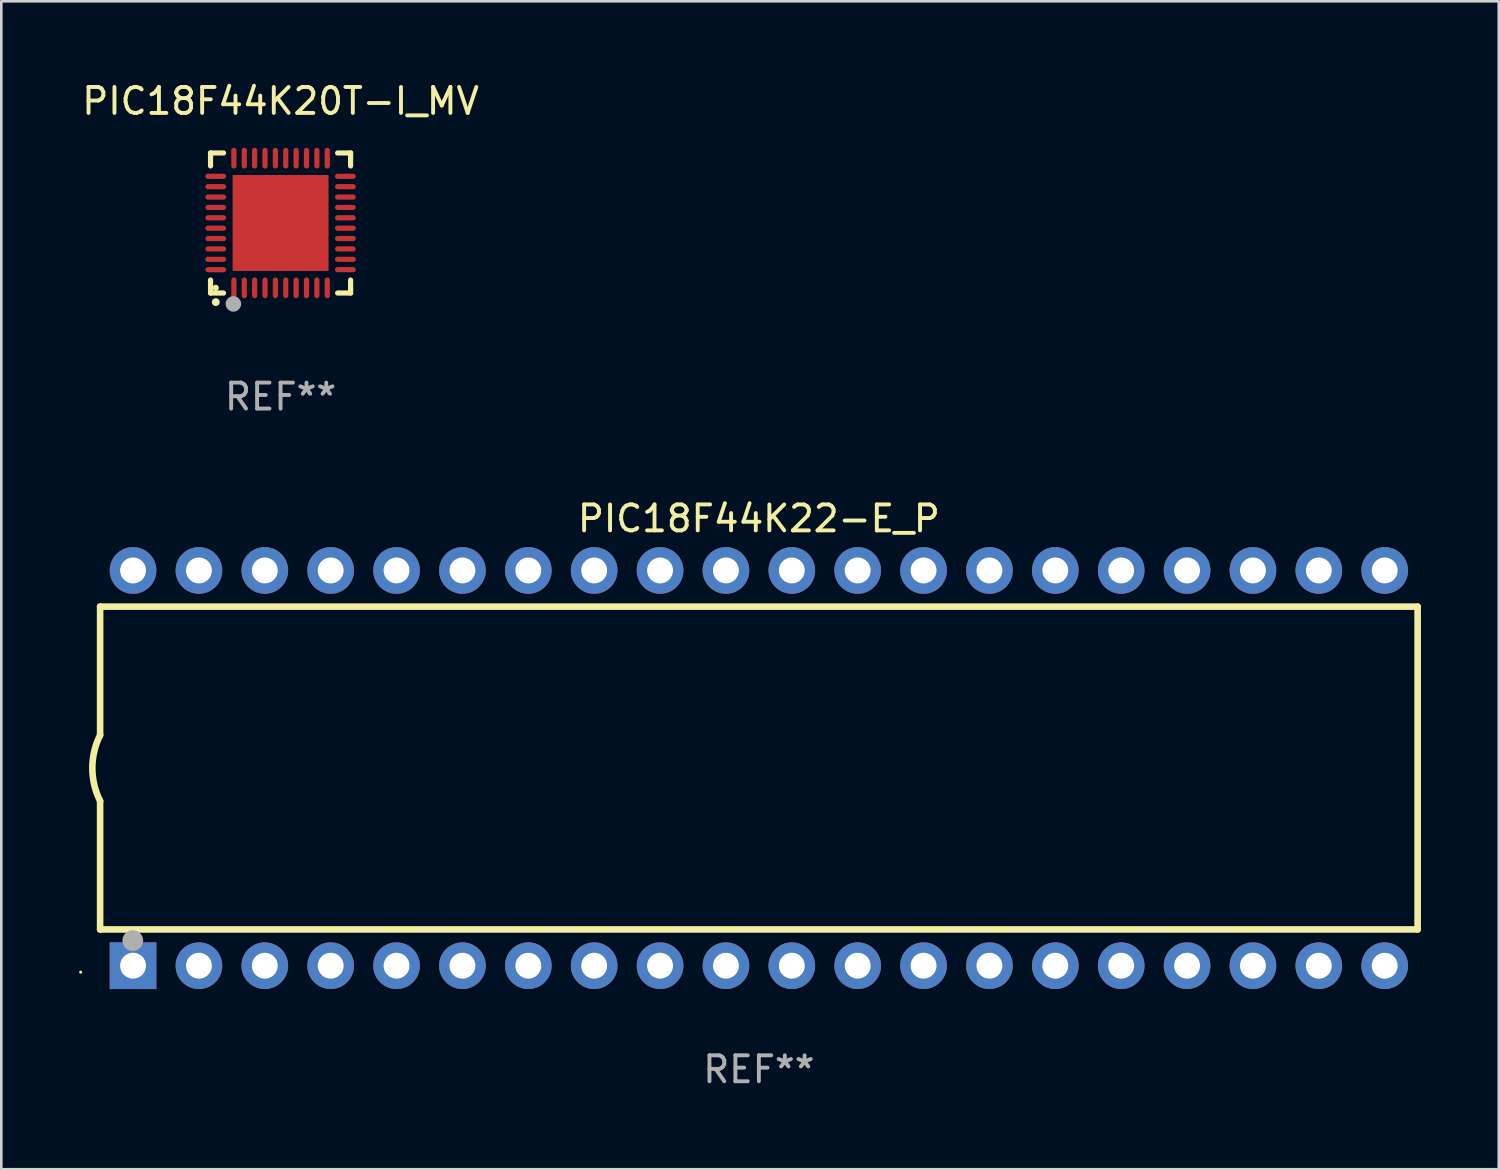
<source format=kicad_pcb>
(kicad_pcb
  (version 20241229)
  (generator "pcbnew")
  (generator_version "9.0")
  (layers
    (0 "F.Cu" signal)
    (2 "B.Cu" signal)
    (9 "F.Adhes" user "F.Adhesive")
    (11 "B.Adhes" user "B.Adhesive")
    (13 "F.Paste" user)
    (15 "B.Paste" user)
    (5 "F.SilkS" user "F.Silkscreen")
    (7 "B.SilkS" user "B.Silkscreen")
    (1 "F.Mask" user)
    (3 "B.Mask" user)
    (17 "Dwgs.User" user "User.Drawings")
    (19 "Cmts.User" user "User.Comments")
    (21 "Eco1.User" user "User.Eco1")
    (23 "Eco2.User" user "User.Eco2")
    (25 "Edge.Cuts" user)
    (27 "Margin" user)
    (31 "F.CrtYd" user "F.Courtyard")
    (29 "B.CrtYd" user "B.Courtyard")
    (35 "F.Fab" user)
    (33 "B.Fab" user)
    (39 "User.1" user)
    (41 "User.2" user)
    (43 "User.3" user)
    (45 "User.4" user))
  (footprint "PIC18F44K22-E_P"
    (layer "F.Cu")
    (at 26.21 26.565)
    (property "Reference" "PIC18F44K22-E_P" (at 0 -9.62 0) (layer "F.SilkS") (effects (font (size 1 1) (thickness 0.15))))
    (attr through_hole)
    (fp_line (start -25.4 -6.224) (end -25.4 -1.271) (stroke (width 0.254) (type solid)) (layer "F.SilkS"))
    (fp_line (start -25.4 -6.224) (end 25.4 -6.224) (stroke (width 0.254) (type solid)) (layer "F.SilkS"))
    (fp_line (start -25.4 1.269) (end -25.4 6.222) (stroke (width 0.254) (type solid)) (layer "F.SilkS"))
    (fp_line (start -25.4 6.222) (end 25.4 6.222) (stroke (width 0.254) (type solid)) (layer "F.SilkS"))
    (fp_line (start 25.4 6.222) (end 25.4 -6.224) (stroke (width 0.254) (type solid)) (layer "F.SilkS"))
    (fp_arc (start -25.4 1.269241) (mid -25.699807 -0.000762) (end -25.4 -1.270765) (stroke (width 0.254001) (type solid)) (layer "F.SilkS"))
    (fp_circle (center -26.15 7.87) (end -26.12 7.87) (stroke (width 0.06) (type solid)) (fill no) (layer "F.SilkS"))
    (fp_circle (center -24.14 6.65) (end -23.94 6.65) (stroke (width 0.4) (type solid)) (fill no) (layer "F.Fab"))
    (fp_text user "REF**" (at 0 11.62 0) (layer "F.Fab") (effects (font (size 1 1) (thickness 0.15))))
    (pad "1" thru_hole rect (at -24.13 7.62 90) (size 1.8 1.8) (drill 1) (layers "*.Cu" "*.Mask"))
    (pad "2" thru_hole circle (at -21.59 7.62) (size 1.8 1.8) (drill 1) (layers "*.Cu" "*.Mask"))
    (pad "3" thru_hole circle (at -19.05 7.62) (size 1.8 1.8) (drill 1) (layers "*.Cu" "*.Mask"))
    (pad "4" thru_hole circle (at -16.51 7.62) (size 1.8 1.8) (drill 1) (layers "*.Cu" "*.Mask"))
    (pad "5" thru_hole circle (at -13.97 7.62) (size 1.8 1.8) (drill 1) (layers "*.Cu" "*.Mask"))
    (pad "6" thru_hole circle (at -11.43 7.62) (size 1.8 1.8) (drill 1) (layers "*.Cu" "*.Mask"))
    (pad "7" thru_hole circle (at -8.89 7.62) (size 1.8 1.8) (drill 1) (layers "*.Cu" "*.Mask"))
    (pad "8" thru_hole circle (at -6.35 7.62) (size 1.8 1.8) (drill 1) (layers "*.Cu" "*.Mask"))
    (pad "9" thru_hole circle (at -3.81 7.62) (size 1.8 1.8) (drill 1) (layers "*.Cu" "*.Mask"))
    (pad "10" thru_hole circle (at -1.27 7.62) (size 1.8 1.8) (drill 1) (layers "*.Cu" "*.Mask"))
    (pad "11" thru_hole circle (at 1.27 7.62) (size 1.8 1.8) (drill 1) (layers "*.Cu" "*.Mask"))
    (pad "12" thru_hole circle (at 3.81 7.62) (size 1.8 1.8) (drill 1) (layers "*.Cu" "*.Mask"))
    (pad "13" thru_hole circle (at 6.35 7.62) (size 1.8 1.8) (drill 1) (layers "*.Cu" "*.Mask"))
    (pad "14" thru_hole circle (at 8.89 7.62) (size 1.8 1.8) (drill 1) (layers "*.Cu" "*.Mask"))
    (pad "15" thru_hole circle (at 11.43 7.62) (size 1.8 1.8) (drill 1) (layers "*.Cu" "*.Mask"))
    (pad "16" thru_hole circle (at 13.97 7.62) (size 1.8 1.8) (drill 1) (layers "*.Cu" "*.Mask"))
    (pad "17" thru_hole circle (at 16.51 7.62) (size 1.8 1.8) (drill 1) (layers "*.Cu" "*.Mask"))
    (pad "18" thru_hole circle (at 19.05 7.62) (size 1.8 1.8) (drill 1) (layers "*.Cu" "*.Mask"))
    (pad "19" thru_hole circle (at 21.59 7.62) (size 1.8 1.8) (drill 1) (layers "*.Cu" "*.Mask"))
    (pad "20" thru_hole circle (at 24.13 7.62) (size 1.8 1.8) (drill 1) (layers "*.Cu" "*.Mask"))
    (pad "21" thru_hole circle (at 24.13 -7.62) (size 1.8 1.8) (drill 1) (layers "*.Cu" "*.Mask"))
    (pad "22" thru_hole circle (at 21.59 -7.62) (size 1.8 1.8) (drill 1) (layers "*.Cu" "*.Mask"))
    (pad "23" thru_hole circle (at 19.05 -7.62) (size 1.8 1.8) (drill 1) (layers "*.Cu" "*.Mask"))
    (pad "24" thru_hole circle (at 16.51 -7.62) (size 1.8 1.8) (drill 1) (layers "*.Cu" "*.Mask"))
    (pad "25" thru_hole circle (at 13.97 -7.62) (size 1.8 1.8) (drill 1) (layers "*.Cu" "*.Mask"))
    (pad "26" thru_hole circle (at 11.43 -7.62) (size 1.8 1.8) (drill 1) (layers "*.Cu" "*.Mask"))
    (pad "27" thru_hole circle (at 8.89 -7.62) (size 1.8 1.8) (drill 1) (layers "*.Cu" "*.Mask"))
    (pad "28" thru_hole circle (at 6.35 -7.62) (size 1.8 1.8) (drill 1) (layers "*.Cu" "*.Mask"))
    (pad "29" thru_hole circle (at 3.81 -7.62) (size 1.8 1.8) (drill 1) (layers "*.Cu" "*.Mask"))
    (pad "30" thru_hole circle (at 1.27 -7.62) (size 1.8 1.8) (drill 1) (layers "*.Cu" "*.Mask"))
    (pad "31" thru_hole circle (at -1.27 -7.62) (size 1.8 1.8) (drill 1) (layers "*.Cu" "*.Mask"))
    (pad "32" thru_hole circle (at -3.81 -7.62) (size 1.8 1.8) (drill 1) (layers "*.Cu" "*.Mask"))
    (pad "33" thru_hole circle (at -6.35 -7.62) (size 1.8 1.8) (drill 1) (layers "*.Cu" "*.Mask"))
    (pad "34" thru_hole circle (at -8.89 -7.62) (size 1.8 1.8) (drill 1) (layers "*.Cu" "*.Mask"))
    (pad "35" thru_hole circle (at -11.43 -7.62) (size 1.8 1.8) (drill 1) (layers "*.Cu" "*.Mask"))
    (pad "36" thru_hole circle (at -13.97 -7.62) (size 1.8 1.8) (drill 1) (layers "*.Cu" "*.Mask"))
    (pad "37" thru_hole circle (at -16.51 -7.62) (size 1.8 1.8) (drill 1) (layers "*.Cu" "*.Mask"))
    (pad "38" thru_hole circle (at -19.05 -7.62) (size 1.8 1.8) (drill 1) (layers "*.Cu" "*.Mask"))
    (pad "39" thru_hole circle (at -21.59 -7.62) (size 1.8 1.8) (drill 1) (layers "*.Cu" "*.Mask"))
    (pad "40" thru_hole circle (at -24.13 -7.62) (size 1.8 1.8) (drill 1) (layers "*.Cu" "*.Mask")))
  (footprint "PIC18F44K20T-I_MV"
    (layer "F.Cu")
    (at 7.768 5.548)
    (property "Reference" "PIC18F44K20T-I_MV" (at 0 -4.7 0) (layer "F.SilkS") (effects (font (size 1 1) (thickness 0.15))))
    (attr through_hole)
    (fp_line (start -2.7 -2.7) (end -2.7 -2.2) (stroke (width 0.2) (type solid)) (layer "F.SilkS"))
    (fp_line (start -2.7 2.7) (end -2.7 2.2) (stroke (width 0.2) (type solid)) (layer "F.SilkS"))
    (fp_line (start -2.2 -2.7) (end -2.7 -2.7) (stroke (width 0.2) (type solid)) (layer "F.SilkS"))
    (fp_line (start -2.2 2.7) (end -2.7 2.7) (stroke (width 0.2) (type solid)) (layer "F.SilkS"))
    (fp_line (start 2.7 -2.7) (end 2.2 -2.7) (stroke (width 0.2) (type solid)) (layer "F.SilkS"))
    (fp_line (start 2.7 -2.2) (end 2.7 -2.7) (stroke (width 0.2) (type solid)) (layer "F.SilkS"))
    (fp_line (start 2.7 2.2) (end 2.7 2.7) (stroke (width 0.2) (type solid)) (layer "F.SilkS"))
    (fp_line (start 2.7 2.7) (end 2.2 2.7) (stroke (width 0.2) (type solid)) (layer "F.SilkS"))
    (fp_arc (start -2.499365 3.050546) (mid -2.498095 3.050541) (end -2.496825 3.050546) (stroke (width 0.3) (type solid)) (layer "F.SilkS"))
    (fp_circle (center -2.5 2.5) (end -2.44 2.5) (stroke (width 0.12) (type solid)) (fill no) (layer "F.SilkS"))
    (fp_circle (center -1.82 3.12) (end -1.67 3.12) (stroke (width 0.3) (type solid)) (fill no) (layer "F.Fab"))
    (fp_text user "REF**" (at 0 6.7 0) (layer "F.Fab") (effects (font (size 1 1) (thickness 0.15))))
    (pad "1" smd oval (at -1.8 2.499) (size 0.2 0.8) (layers "F.Cu" "F.Mask" "F.Paste"))
    (pad "2" smd oval (at -1.4 2.499) (size 0.2 0.8) (layers "F.Cu" "F.Mask" "F.Paste"))
    (pad "3" smd oval (at -1 2.499) (size 0.2 0.8) (layers "F.Cu" "F.Mask" "F.Paste"))
    (pad "4" smd oval (at -0.6 2.499) (size 0.2 0.8) (layers "F.Cu" "F.Mask" "F.Paste"))
    (pad "5" smd oval (at -0.2 2.499) (size 0.2 0.8) (layers "F.Cu" "F.Mask" "F.Paste"))
    (pad "6" smd oval (at 0.2 2.499) (size 0.2 0.8) (layers "F.Cu" "F.Mask" "F.Paste"))
    (pad "7" smd oval (at 0.6 2.499) (size 0.2 0.8) (layers "F.Cu" "F.Mask" "F.Paste"))
    (pad "8" smd oval (at 1 2.499) (size 0.2 0.8) (layers "F.Cu" "F.Mask" "F.Paste"))
    (pad "9" smd oval (at 1.4 2.499) (size 0.2 0.8) (layers "F.Cu" "F.Mask" "F.Paste"))
    (pad "10" smd oval (at 1.8 2.499) (size 0.2 0.8) (layers "F.Cu" "F.Mask" "F.Paste"))
    (pad "11" smd oval (at 2.499 1.8) (size 0.8 0.2) (layers "F.Cu" "F.Mask" "F.Paste"))
    (pad "12" smd oval (at 2.499 1.4) (size 0.8 0.2) (layers "F.Cu" "F.Mask" "F.Paste"))
    (pad "13" smd oval (at 2.499 1) (size 0.8 0.2) (layers "F.Cu" "F.Mask" "F.Paste"))
    (pad "14" smd oval (at 2.499 0.6) (size 0.8 0.2) (layers "F.Cu" "F.Mask" "F.Paste"))
    (pad "15" smd oval (at 2.499 0.2) (size 0.8 0.2) (layers "F.Cu" "F.Mask" "F.Paste"))
    (pad "16" smd oval (at 2.499 -0.2) (size 0.8 0.2) (layers "F.Cu" "F.Mask" "F.Paste"))
    (pad "17" smd oval (at 2.499 -0.6) (size 0.8 0.2) (layers "F.Cu" "F.Mask" "F.Paste"))
    (pad "18" smd oval (at 2.499 -1) (size 0.8 0.2) (layers "F.Cu" "F.Mask" "F.Paste"))
    (pad "19" smd oval (at 2.499 -1.4) (size 0.8 0.2) (layers "F.Cu" "F.Mask" "F.Paste"))
    (pad "20" smd oval (at 2.499 -1.8) (size 0.8 0.2) (layers "F.Cu" "F.Mask" "F.Paste"))
    (pad "21" smd oval (at 1.8 -2.499) (size 0.2 0.8) (layers "F.Cu" "F.Mask" "F.Paste"))
    (pad "22" smd oval (at 1.4 -2.499) (size 0.2 0.8) (layers "F.Cu" "F.Mask" "F.Paste"))
    (pad "23" smd oval (at 1 -2.499) (size 0.2 0.8) (layers "F.Cu" "F.Mask" "F.Paste"))
    (pad "24" smd oval (at 0.6 -2.499) (size 0.2 0.8) (layers "F.Cu" "F.Mask" "F.Paste"))
    (pad "25" smd oval (at 0.2 -2.499) (size 0.2 0.8) (layers "F.Cu" "F.Mask" "F.Paste"))
    (pad "26" smd oval (at -0.2 -2.499) (size 0.2 0.8) (layers "F.Cu" "F.Mask" "F.Paste"))
    (pad "27" smd oval (at -0.6 -2.499) (size 0.2 0.8) (layers "F.Cu" "F.Mask" "F.Paste"))
    (pad "28" smd oval (at -1 -2.499) (size 0.2 0.8) (layers "F.Cu" "F.Mask" "F.Paste"))
    (pad "29" smd oval (at -1.4 -2.499) (size 0.2 0.8) (layers "F.Cu" "F.Mask" "F.Paste"))
    (pad "30" smd oval (at -1.8 -2.499) (size 0.2 0.8) (layers "F.Cu" "F.Mask" "F.Paste"))
    (pad "31" smd oval (at -2.499 -1.8) (size 0.8 0.2) (layers "F.Cu" "F.Mask" "F.Paste"))
    (pad "32" smd oval (at -2.499 -1.4) (size 0.8 0.2) (layers "F.Cu" "F.Mask" "F.Paste"))
    (pad "33" smd oval (at -2.499 -1) (size 0.8 0.2) (layers "F.Cu" "F.Mask" "F.Paste"))
    (pad "34" smd oval (at -2.499 -0.6) (size 0.8 0.2) (layers "F.Cu" "F.Mask" "F.Paste"))
    (pad "35" smd oval (at -2.499 -0.2) (size 0.8 0.2) (layers "F.Cu" "F.Mask" "F.Paste"))
    (pad "36" smd oval (at -2.499 0.2) (size 0.8 0.2) (layers "F.Cu" "F.Mask" "F.Paste"))
    (pad "37" smd oval (at -2.499 0.6) (size 0.8 0.2) (layers "F.Cu" "F.Mask" "F.Paste"))
    (pad "38" smd oval (at -2.499 1) (size 0.8 0.2) (layers "F.Cu" "F.Mask" "F.Paste"))
    (pad "39" smd oval (at -2.499 1.4) (size 0.8 0.2) (layers "F.Cu" "F.Mask" "F.Paste"))
    (pad "40" smd oval (at -2.499 1.8) (size 0.8 0.2) (layers "F.Cu" "F.Mask" "F.Paste"))
    (pad "41" smd rect (at 0 0) (size 3.7 3.7) (layers "F.Cu" "F.Mask" "F.Paste")))
  (gr_rect
    (start -3 -3)
    (end 54.737 42.033)
    (stroke (width 0.1) (type default))
    (fill no)
    (layer "Edge.Cuts")))
</source>
